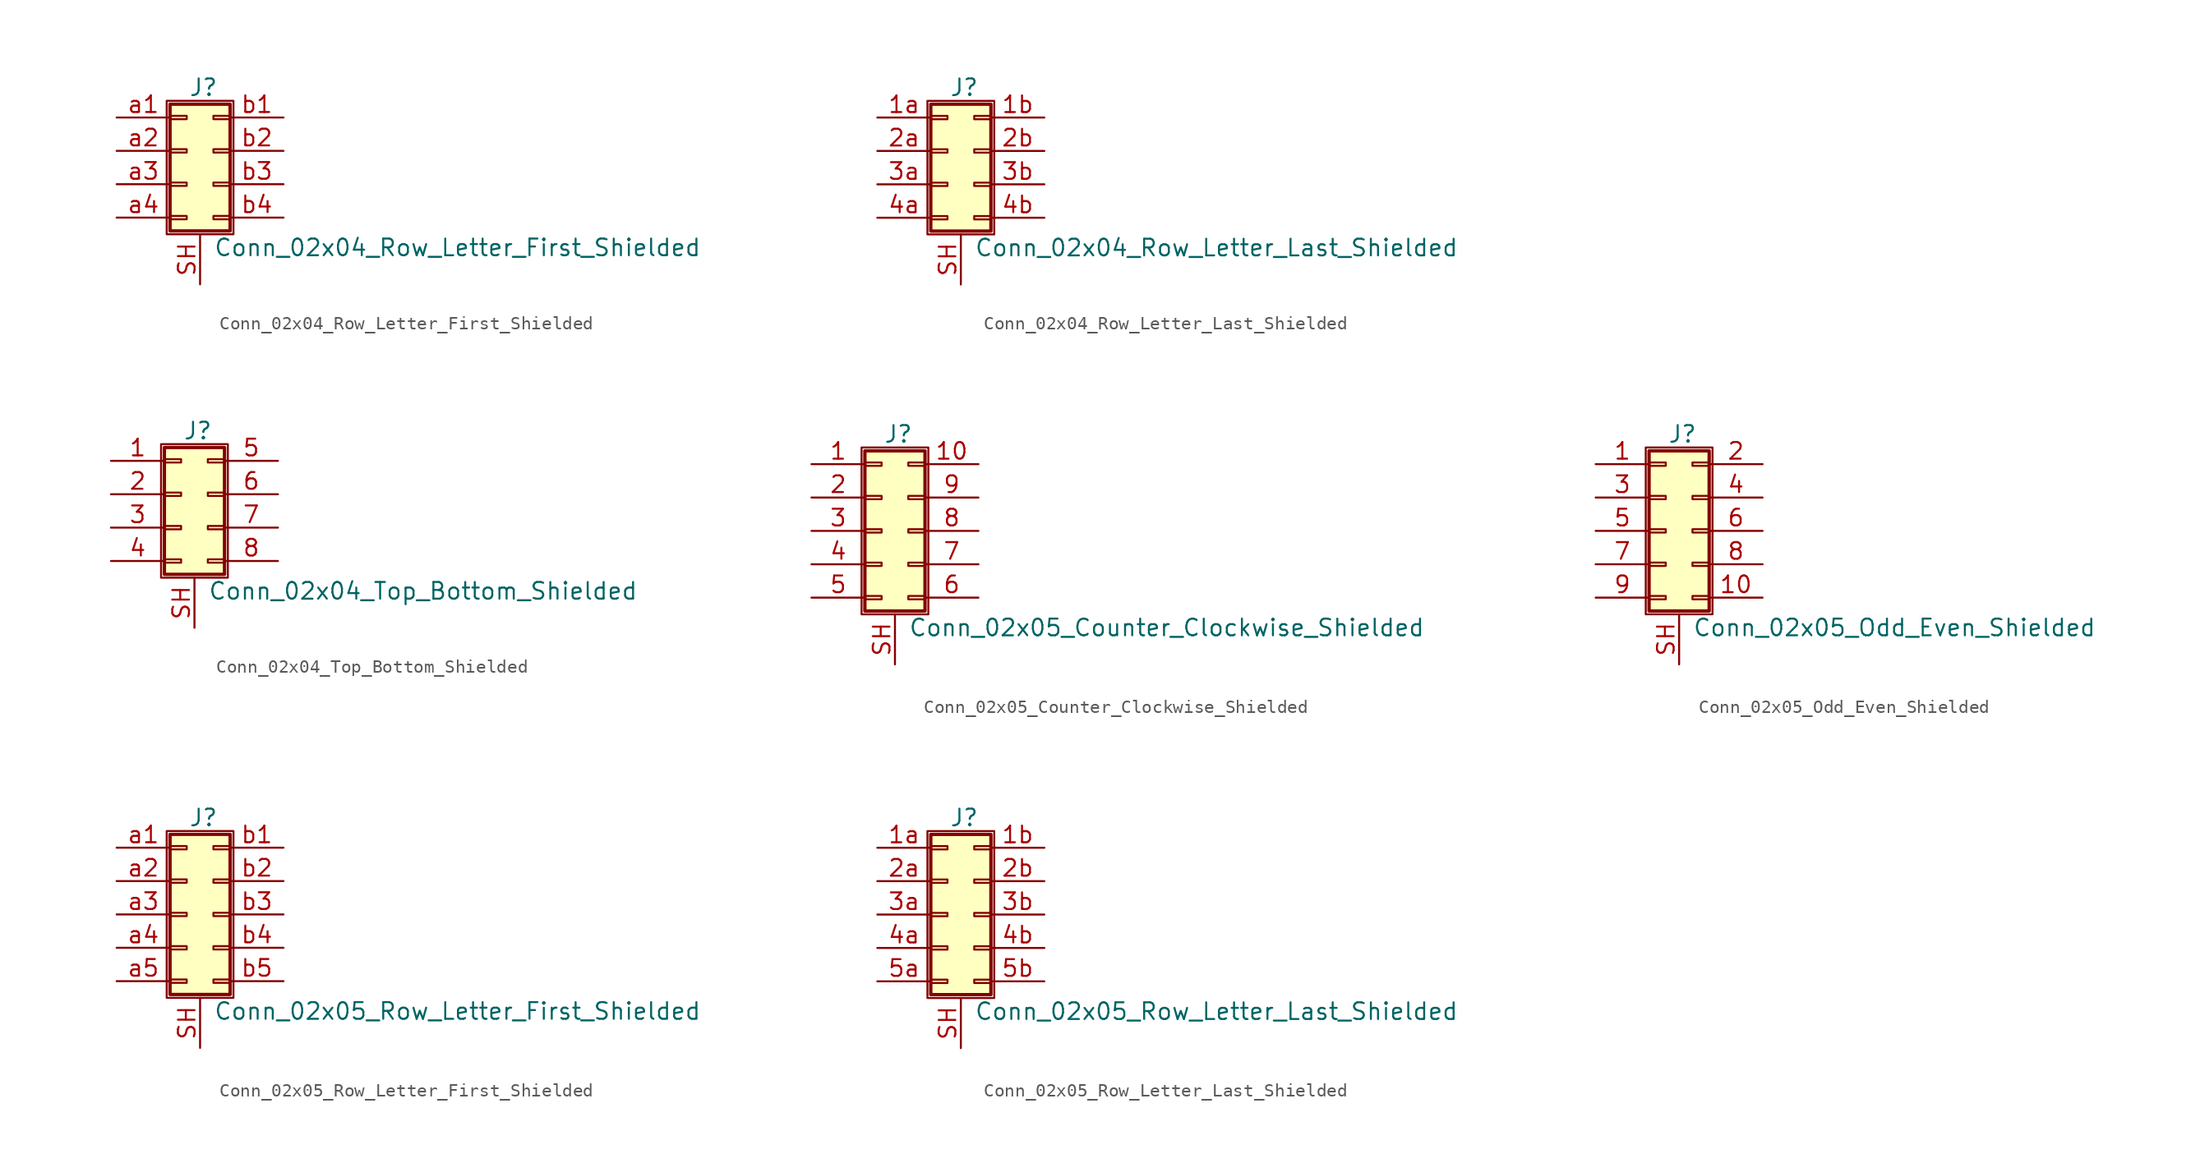
<source format=kicad_sym>
(kicad_symbol_lib
  (version 20201005)
  (generator kicad_symbol_editor)
  (symbol "Connector_Generic_Shielded:Conn_02x04_Row_Letter_First_Shielded"
    (pin_names
      (offset 1.016) hide)
    (property "Reference" "J"
      (at 1.524 4.826 0)
      (effects (font (size 1.27 1.27))))
    (property "Value" "Conn_02x04_Row_Letter_First_Shielded"
      (at 2.286 -7.366 0)
      (effects (font (size 1.27 1.27)) (justify left)))
    (symbol "Conn_02x04_Row_Letter_First_Shielded_1_1"
      (rectangle (start -1.016 -4.953) (end 0.254 -5.207) (stroke (width 0.152)) (fill (type none)))
      (rectangle (start -1.016 -2.413) (end 0.254 -2.667) (stroke (width 0.152)) (fill (type none)))
      (rectangle (start -1.016 2.667) (end 0.254 2.413) (stroke (width 0.152)) (fill (type none)))
      (rectangle (start -1.016 3.556) (end 3.556 -6.096) (stroke (width 0.254)) (fill (type background)))
      (rectangle (start -1.016 0.127) (end 0.254 -0.127) (stroke (width 0.152)) (fill (type none)))
      (rectangle (start -1.27 3.81) (end 3.81 -6.35) (stroke (width 0.152)) (fill (type none)))
      (rectangle (start 3.556 -4.953) (end 2.286 -5.207) (stroke (width 0.152)) (fill (type none)))
      (rectangle (start 3.556 -2.413) (end 2.286 -2.667) (stroke (width 0.152)) (fill (type none)))
      (rectangle (start 3.556 2.667) (end 2.286 2.413) (stroke (width 0.152)) (fill (type none)))
      (rectangle (start 3.556 0.127) (end 2.286 -0.127) (stroke (width 0.152)) (fill (type none)))
      (pin passive line (at -5.08 2.54 0) (length 4.064) (name "Pin_a1" (effects (font (size 1.27 1.27)))) (number "a1" (effects (font (size 1.27 1.27)))))
      (pin passive line (at -5.08 0 0) (length 4.064) (name "Pin_a2" (effects (font (size 1.27 1.27)))) (number "a2" (effects (font (size 1.27 1.27)))))
      (pin passive line (at -5.08 -2.54 0) (length 4.064) (name "Pin_a3" (effects (font (size 1.27 1.27)))) (number "a3" (effects (font (size 1.27 1.27)))))
      (pin passive line (at -5.08 -5.08 0) (length 4.064) (name "Pin_a4" (effects (font (size 1.27 1.27)))) (number "a4" (effects (font (size 1.27 1.27)))))
      (pin passive line (at 7.62 2.54 180) (length 4.064) (name "Pin_b1" (effects (font (size 1.27 1.27)))) (number "b1" (effects (font (size 1.27 1.27)))))
      (pin passive line (at 7.62 0 180) (length 4.064) (name "Pin_b2" (effects (font (size 1.27 1.27)))) (number "b2" (effects (font (size 1.27 1.27)))))
      (pin passive line (at 7.62 -2.54 180) (length 4.064) (name "Pin_b3" (effects (font (size 1.27 1.27)))) (number "b3" (effects (font (size 1.27 1.27)))))
      (pin passive line (at 7.62 -5.08 180) (length 4.064) (name "Pin_b4" (effects (font (size 1.27 1.27)))) (number "b4" (effects (font (size 1.27 1.27)))))
      (pin passive line (at 1.27 -10.16 90) (length 3.81) (name "Shield" (effects (font (size 1.27 1.27)))) (number "SH" (effects (font (size 1.27 1.27)))))))
  (symbol "Connector_Generic_Shielded:Conn_02x04_Row_Letter_Last_Shielded"
    (pin_names
      (offset 1.016) hide)
    (property "Reference" "J"
      (at 1.524 4.826 0)
      (effects (font (size 1.27 1.27))))
    (property "Value" "Conn_02x04_Row_Letter_Last_Shielded"
      (at 2.286 -7.366 0)
      (effects (font (size 1.27 1.27)) (justify left)))
    (symbol "Conn_02x04_Row_Letter_Last_Shielded_1_1"
      (rectangle (start -1.016 -4.953) (end 0.254 -5.207) (stroke (width 0.152)) (fill (type none)))
      (rectangle (start -1.016 -2.413) (end 0.254 -2.667) (stroke (width 0.152)) (fill (type none)))
      (rectangle (start -1.016 2.667) (end 0.254 2.413) (stroke (width 0.152)) (fill (type none)))
      (rectangle (start -1.016 3.556) (end 3.556 -6.096) (stroke (width 0.254)) (fill (type background)))
      (rectangle (start -1.016 0.127) (end 0.254 -0.127) (stroke (width 0.152)) (fill (type none)))
      (rectangle (start -1.27 3.81) (end 3.81 -6.35) (stroke (width 0.152)) (fill (type none)))
      (rectangle (start 3.556 -4.953) (end 2.286 -5.207) (stroke (width 0.152)) (fill (type none)))
      (rectangle (start 3.556 -2.413) (end 2.286 -2.667) (stroke (width 0.152)) (fill (type none)))
      (rectangle (start 3.556 2.667) (end 2.286 2.413) (stroke (width 0.152)) (fill (type none)))
      (rectangle (start 3.556 0.127) (end 2.286 -0.127) (stroke (width 0.152)) (fill (type none)))
      (pin passive line (at -5.08 2.54 0) (length 4.064) (name "Pin_1a" (effects (font (size 1.27 1.27)))) (number "1a" (effects (font (size 1.27 1.27)))))
      (pin passive line (at 7.62 2.54 180) (length 4.064) (name "Pin_1b" (effects (font (size 1.27 1.27)))) (number "1b" (effects (font (size 1.27 1.27)))))
      (pin passive line (at -5.08 0 0) (length 4.064) (name "Pin_2a" (effects (font (size 1.27 1.27)))) (number "2a" (effects (font (size 1.27 1.27)))))
      (pin passive line (at 7.62 0 180) (length 4.064) (name "Pin_2b" (effects (font (size 1.27 1.27)))) (number "2b" (effects (font (size 1.27 1.27)))))
      (pin passive line (at -5.08 -2.54 0) (length 4.064) (name "Pin_3a" (effects (font (size 1.27 1.27)))) (number "3a" (effects (font (size 1.27 1.27)))))
      (pin passive line (at 7.62 -2.54 180) (length 4.064) (name "Pin_3b" (effects (font (size 1.27 1.27)))) (number "3b" (effects (font (size 1.27 1.27)))))
      (pin passive line (at -5.08 -5.08 0) (length 4.064) (name "Pin_4a" (effects (font (size 1.27 1.27)))) (number "4a" (effects (font (size 1.27 1.27)))))
      (pin passive line (at 7.62 -5.08 180) (length 4.064) (name "Pin_4b" (effects (font (size 1.27 1.27)))) (number "4b" (effects (font (size 1.27 1.27)))))
      (pin passive line (at 1.27 -10.16 90) (length 3.81) (name "Shield" (effects (font (size 1.27 1.27)))) (number "SH" (effects (font (size 1.27 1.27)))))))
  (symbol "Connector_Generic_Shielded:Conn_02x04_Top_Bottom_Shielded"
    (pin_names
      (offset 1.016) hide)
    (property "Reference" "J"
      (at 1.524 4.826 0)
      (effects (font (size 1.27 1.27))))
    (property "Value" "Conn_02x04_Top_Bottom_Shielded"
      (at 2.286 -7.366 0)
      (effects (font (size 1.27 1.27)) (justify left)))
    (symbol "Conn_02x04_Top_Bottom_Shielded_1_1"
      (rectangle (start -1.016 -4.953) (end 0.254 -5.207) (stroke (width 0.152)) (fill (type none)))
      (rectangle (start -1.016 -2.413) (end 0.254 -2.667) (stroke (width 0.152)) (fill (type none)))
      (rectangle (start -1.016 2.667) (end 0.254 2.413) (stroke (width 0.152)) (fill (type none)))
      (rectangle (start -1.016 3.556) (end 3.556 -6.096) (stroke (width 0.254)) (fill (type background)))
      (rectangle (start -1.016 0.127) (end 0.254 -0.127) (stroke (width 0.152)) (fill (type none)))
      (rectangle (start -1.27 3.81) (end 3.81 -6.35) (stroke (width 0.152)) (fill (type none)))
      (rectangle (start 3.556 -4.953) (end 2.286 -5.207) (stroke (width 0.152)) (fill (type none)))
      (rectangle (start 3.556 -2.413) (end 2.286 -2.667) (stroke (width 0.152)) (fill (type none)))
      (rectangle (start 3.556 2.667) (end 2.286 2.413) (stroke (width 0.152)) (fill (type none)))
      (rectangle (start 3.556 0.127) (end 2.286 -0.127) (stroke (width 0.152)) (fill (type none)))
      (pin passive line (at -5.08 2.54 0) (length 4.064) (name "Pin_1" (effects (font (size 1.27 1.27)))) (number "1" (effects (font (size 1.27 1.27)))))
      (pin passive line (at -5.08 0 0) (length 4.064) (name "Pin_2" (effects (font (size 1.27 1.27)))) (number "2" (effects (font (size 1.27 1.27)))))
      (pin passive line (at -5.08 -2.54 0) (length 4.064) (name "Pin_3" (effects (font (size 1.27 1.27)))) (number "3" (effects (font (size 1.27 1.27)))))
      (pin passive line (at -5.08 -5.08 0) (length 4.064) (name "Pin_4" (effects (font (size 1.27 1.27)))) (number "4" (effects (font (size 1.27 1.27)))))
      (pin passive line (at 7.62 2.54 180) (length 4.064) (name "Pin_5" (effects (font (size 1.27 1.27)))) (number "5" (effects (font (size 1.27 1.27)))))
      (pin passive line (at 7.62 0 180) (length 4.064) (name "Pin_6" (effects (font (size 1.27 1.27)))) (number "6" (effects (font (size 1.27 1.27)))))
      (pin passive line (at 7.62 -2.54 180) (length 4.064) (name "Pin_7" (effects (font (size 1.27 1.27)))) (number "7" (effects (font (size 1.27 1.27)))))
      (pin passive line (at 7.62 -5.08 180) (length 4.064) (name "Pin_8" (effects (font (size 1.27 1.27)))) (number "8" (effects (font (size 1.27 1.27)))))
      (pin passive line (at 1.27 -10.16 90) (length 3.81) (name "Shield" (effects (font (size 1.27 1.27)))) (number "SH" (effects (font (size 1.27 1.27)))))))
  (symbol "Connector_Generic_Shielded:Conn_02x05_Counter_Clockwise_Shielded"
    (pin_names
      (offset 1.016) hide)
    (property "Reference" "J"
      (at 1.524 7.366 0)
      (effects (font (size 1.27 1.27))))
    (property "Value" "Conn_02x05_Counter_Clockwise_Shielded"
      (at 2.286 -7.366 0)
      (effects (font (size 1.27 1.27)) (justify left)))
    (symbol "Conn_02x05_Counter_Clockwise_Shielded_1_1"
      (rectangle (start -1.016 -4.953) (end 0.254 -5.207) (stroke (width 0.152)) (fill (type none)))
      (rectangle (start -1.016 -2.413) (end 0.254 -2.667) (stroke (width 0.152)) (fill (type none)))
      (rectangle (start -1.016 2.667) (end 0.254 2.413) (stroke (width 0.152)) (fill (type none)))
      (rectangle (start -1.016 5.207) (end 0.254 4.953) (stroke (width 0.152)) (fill (type none)))
      (rectangle (start -1.016 6.096) (end 3.556 -6.096) (stroke (width 0.254)) (fill (type background)))
      (rectangle (start -1.016 0.127) (end 0.254 -0.127) (stroke (width 0.152)) (fill (type none)))
      (rectangle (start -1.27 6.35) (end 3.81 -6.35) (stroke (width 0.152)) (fill (type none)))
      (rectangle (start 3.556 -4.953) (end 2.286 -5.207) (stroke (width 0.152)) (fill (type none)))
      (rectangle (start 3.556 -2.413) (end 2.286 -2.667) (stroke (width 0.152)) (fill (type none)))
      (rectangle (start 3.556 2.667) (end 2.286 2.413) (stroke (width 0.152)) (fill (type none)))
      (rectangle (start 3.556 5.207) (end 2.286 4.953) (stroke (width 0.152)) (fill (type none)))
      (rectangle (start 3.556 0.127) (end 2.286 -0.127) (stroke (width 0.152)) (fill (type none)))
      (pin passive line (at -5.08 5.08 0) (length 4.064) (name "Pin_1" (effects (font (size 1.27 1.27)))) (number "1" (effects (font (size 1.27 1.27)))))
      (pin passive line (at 7.62 5.08 180) (length 4.064) (name "Pin_10" (effects (font (size 1.27 1.27)))) (number "10" (effects (font (size 1.27 1.27)))))
      (pin passive line (at -5.08 2.54 0) (length 4.064) (name "Pin_2" (effects (font (size 1.27 1.27)))) (number "2" (effects (font (size 1.27 1.27)))))
      (pin passive line (at -5.08 0 0) (length 4.064) (name "Pin_3" (effects (font (size 1.27 1.27)))) (number "3" (effects (font (size 1.27 1.27)))))
      (pin passive line (at -5.08 -2.54 0) (length 4.064) (name "Pin_4" (effects (font (size 1.27 1.27)))) (number "4" (effects (font (size 1.27 1.27)))))
      (pin passive line (at -5.08 -5.08 0) (length 4.064) (name "Pin_5" (effects (font (size 1.27 1.27)))) (number "5" (effects (font (size 1.27 1.27)))))
      (pin passive line (at 7.62 -5.08 180) (length 4.064) (name "Pin_6" (effects (font (size 1.27 1.27)))) (number "6" (effects (font (size 1.27 1.27)))))
      (pin passive line (at 7.62 -2.54 180) (length 4.064) (name "Pin_7" (effects (font (size 1.27 1.27)))) (number "7" (effects (font (size 1.27 1.27)))))
      (pin passive line (at 7.62 0 180) (length 4.064) (name "Pin_8" (effects (font (size 1.27 1.27)))) (number "8" (effects (font (size 1.27 1.27)))))
      (pin passive line (at 7.62 2.54 180) (length 4.064) (name "Pin_9" (effects (font (size 1.27 1.27)))) (number "9" (effects (font (size 1.27 1.27)))))
      (pin passive line (at 1.27 -10.16 90) (length 3.81) (name "Shield" (effects (font (size 1.27 1.27)))) (number "SH" (effects (font (size 1.27 1.27)))))))
  (symbol "Connector_Generic_Shielded:Conn_02x05_Odd_Even_Shielded"
    (pin_names
      (offset 1.016) hide)
    (property "Reference" "J"
      (at 1.524 7.366 0)
      (effects (font (size 1.27 1.27))))
    (property "Value" "Conn_02x05_Odd_Even_Shielded"
      (at 2.286 -7.366 0)
      (effects (font (size 1.27 1.27)) (justify left)))
    (symbol "Conn_02x05_Odd_Even_Shielded_1_1"
      (rectangle (start -1.016 -4.953) (end 0.254 -5.207) (stroke (width 0.152)) (fill (type none)))
      (rectangle (start -1.016 -2.413) (end 0.254 -2.667) (stroke (width 0.152)) (fill (type none)))
      (rectangle (start -1.016 2.667) (end 0.254 2.413) (stroke (width 0.152)) (fill (type none)))
      (rectangle (start -1.016 5.207) (end 0.254 4.953) (stroke (width 0.152)) (fill (type none)))
      (rectangle (start -1.016 6.096) (end 3.556 -6.096) (stroke (width 0.254)) (fill (type background)))
      (rectangle (start -1.016 0.127) (end 0.254 -0.127) (stroke (width 0.152)) (fill (type none)))
      (rectangle (start -1.27 6.35) (end 3.81 -6.35) (stroke (width 0.152)) (fill (type none)))
      (rectangle (start 3.556 -4.953) (end 2.286 -5.207) (stroke (width 0.152)) (fill (type none)))
      (rectangle (start 3.556 -2.413) (end 2.286 -2.667) (stroke (width 0.152)) (fill (type none)))
      (rectangle (start 3.556 2.667) (end 2.286 2.413) (stroke (width 0.152)) (fill (type none)))
      (rectangle (start 3.556 5.207) (end 2.286 4.953) (stroke (width 0.152)) (fill (type none)))
      (rectangle (start 3.556 0.127) (end 2.286 -0.127) (stroke (width 0.152)) (fill (type none)))
      (pin passive line (at -5.08 5.08 0) (length 4.064) (name "Pin_1" (effects (font (size 1.27 1.27)))) (number "1" (effects (font (size 1.27 1.27)))))
      (pin passive line (at 7.62 -5.08 180) (length 4.064) (name "Pin_10" (effects (font (size 1.27 1.27)))) (number "10" (effects (font (size 1.27 1.27)))))
      (pin passive line (at 7.62 5.08 180) (length 4.064) (name "Pin_2" (effects (font (size 1.27 1.27)))) (number "2" (effects (font (size 1.27 1.27)))))
      (pin passive line (at -5.08 2.54 0) (length 4.064) (name "Pin_3" (effects (font (size 1.27 1.27)))) (number "3" (effects (font (size 1.27 1.27)))))
      (pin passive line (at 7.62 2.54 180) (length 4.064) (name "Pin_4" (effects (font (size 1.27 1.27)))) (number "4" (effects (font (size 1.27 1.27)))))
      (pin passive line (at -5.08 0 0) (length 4.064) (name "Pin_5" (effects (font (size 1.27 1.27)))) (number "5" (effects (font (size 1.27 1.27)))))
      (pin passive line (at 7.62 0 180) (length 4.064) (name "Pin_6" (effects (font (size 1.27 1.27)))) (number "6" (effects (font (size 1.27 1.27)))))
      (pin passive line (at -5.08 -2.54 0) (length 4.064) (name "Pin_7" (effects (font (size 1.27 1.27)))) (number "7" (effects (font (size 1.27 1.27)))))
      (pin passive line (at 7.62 -2.54 180) (length 4.064) (name "Pin_8" (effects (font (size 1.27 1.27)))) (number "8" (effects (font (size 1.27 1.27)))))
      (pin passive line (at -5.08 -5.08 0) (length 4.064) (name "Pin_9" (effects (font (size 1.27 1.27)))) (number "9" (effects (font (size 1.27 1.27)))))
      (pin passive line (at 1.27 -10.16 90) (length 3.81) (name "Shield" (effects (font (size 1.27 1.27)))) (number "SH" (effects (font (size 1.27 1.27)))))))
  (symbol "Connector_Generic_Shielded:Conn_02x05_Row_Letter_First_Shielded"
    (pin_names
      (offset 1.016) hide)
    (property "Reference" "J"
      (at 1.524 7.366 0)
      (effects (font (size 1.27 1.27))))
    (property "Value" "Conn_02x05_Row_Letter_First_Shielded"
      (at 2.286 -7.366 0)
      (effects (font (size 1.27 1.27)) (justify left)))
    (symbol "Conn_02x05_Row_Letter_First_Shielded_1_1"
      (rectangle (start -1.016 -4.953) (end 0.254 -5.207) (stroke (width 0.152)) (fill (type none)))
      (rectangle (start -1.016 -2.413) (end 0.254 -2.667) (stroke (width 0.152)) (fill (type none)))
      (rectangle (start -1.016 2.667) (end 0.254 2.413) (stroke (width 0.152)) (fill (type none)))
      (rectangle (start -1.016 5.207) (end 0.254 4.953) (stroke (width 0.152)) (fill (type none)))
      (rectangle (start -1.016 6.096) (end 3.556 -6.096) (stroke (width 0.254)) (fill (type background)))
      (rectangle (start -1.016 0.127) (end 0.254 -0.127) (stroke (width 0.152)) (fill (type none)))
      (rectangle (start -1.27 6.35) (end 3.81 -6.35) (stroke (width 0.152)) (fill (type none)))
      (rectangle (start 3.556 -4.953) (end 2.286 -5.207) (stroke (width 0.152)) (fill (type none)))
      (rectangle (start 3.556 -2.413) (end 2.286 -2.667) (stroke (width 0.152)) (fill (type none)))
      (rectangle (start 3.556 2.667) (end 2.286 2.413) (stroke (width 0.152)) (fill (type none)))
      (rectangle (start 3.556 5.207) (end 2.286 4.953) (stroke (width 0.152)) (fill (type none)))
      (rectangle (start 3.556 0.127) (end 2.286 -0.127) (stroke (width 0.152)) (fill (type none)))
      (pin passive line (at -5.08 5.08 0) (length 4.064) (name "Pin_a1" (effects (font (size 1.27 1.27)))) (number "a1" (effects (font (size 1.27 1.27)))))
      (pin passive line (at -5.08 2.54 0) (length 4.064) (name "Pin_a2" (effects (font (size 1.27 1.27)))) (number "a2" (effects (font (size 1.27 1.27)))))
      (pin passive line (at -5.08 0 0) (length 4.064) (name "Pin_a3" (effects (font (size 1.27 1.27)))) (number "a3" (effects (font (size 1.27 1.27)))))
      (pin passive line (at -5.08 -2.54 0) (length 4.064) (name "Pin_a4" (effects (font (size 1.27 1.27)))) (number "a4" (effects (font (size 1.27 1.27)))))
      (pin passive line (at -5.08 -5.08 0) (length 4.064) (name "Pin_a5" (effects (font (size 1.27 1.27)))) (number "a5" (effects (font (size 1.27 1.27)))))
      (pin passive line (at 7.62 5.08 180) (length 4.064) (name "Pin_b1" (effects (font (size 1.27 1.27)))) (number "b1" (effects (font (size 1.27 1.27)))))
      (pin passive line (at 7.62 2.54 180) (length 4.064) (name "Pin_b2" (effects (font (size 1.27 1.27)))) (number "b2" (effects (font (size 1.27 1.27)))))
      (pin passive line (at 7.62 0 180) (length 4.064) (name "Pin_b3" (effects (font (size 1.27 1.27)))) (number "b3" (effects (font (size 1.27 1.27)))))
      (pin passive line (at 7.62 -2.54 180) (length 4.064) (name "Pin_b4" (effects (font (size 1.27 1.27)))) (number "b4" (effects (font (size 1.27 1.27)))))
      (pin passive line (at 7.62 -5.08 180) (length 4.064) (name "Pin_b5" (effects (font (size 1.27 1.27)))) (number "b5" (effects (font (size 1.27 1.27)))))
      (pin passive line (at 1.27 -10.16 90) (length 3.81) (name "Shield" (effects (font (size 1.27 1.27)))) (number "SH" (effects (font (size 1.27 1.27)))))))
  (symbol "Connector_Generic_Shielded:Conn_02x05_Row_Letter_Last_Shielded"
    (pin_names
      (offset 1.016) hide)
    (property "Reference" "J"
      (at 1.524 7.366 0)
      (effects (font (size 1.27 1.27))))
    (property "Value" "Conn_02x05_Row_Letter_Last_Shielded"
      (at 2.286 -7.366 0)
      (effects (font (size 1.27 1.27)) (justify left)))
    (symbol "Conn_02x05_Row_Letter_Last_Shielded_1_1"
      (rectangle (start -1.016 -4.953) (end 0.254 -5.207) (stroke (width 0.152)) (fill (type none)))
      (rectangle (start -1.016 -2.413) (end 0.254 -2.667) (stroke (width 0.152)) (fill (type none)))
      (rectangle (start -1.016 2.667) (end 0.254 2.413) (stroke (width 0.152)) (fill (type none)))
      (rectangle (start -1.016 5.207) (end 0.254 4.953) (stroke (width 0.152)) (fill (type none)))
      (rectangle (start -1.016 6.096) (end 3.556 -6.096) (stroke (width 0.254)) (fill (type background)))
      (rectangle (start -1.016 0.127) (end 0.254 -0.127) (stroke (width 0.152)) (fill (type none)))
      (rectangle (start -1.27 6.35) (end 3.81 -6.35) (stroke (width 0.152)) (fill (type none)))
      (rectangle (start 3.556 -4.953) (end 2.286 -5.207) (stroke (width 0.152)) (fill (type none)))
      (rectangle (start 3.556 -2.413) (end 2.286 -2.667) (stroke (width 0.152)) (fill (type none)))
      (rectangle (start 3.556 2.667) (end 2.286 2.413) (stroke (width 0.152)) (fill (type none)))
      (rectangle (start 3.556 5.207) (end 2.286 4.953) (stroke (width 0.152)) (fill (type none)))
      (rectangle (start 3.556 0.127) (end 2.286 -0.127) (stroke (width 0.152)) (fill (type none)))
      (pin passive line (at -5.08 5.08 0) (length 4.064) (name "Pin_1a" (effects (font (size 1.27 1.27)))) (number "1a" (effects (font (size 1.27 1.27)))))
      (pin passive line (at 7.62 5.08 180) (length 4.064) (name "Pin_1b" (effects (font (size 1.27 1.27)))) (number "1b" (effects (font (size 1.27 1.27)))))
      (pin passive line (at -5.08 2.54 0) (length 4.064) (name "Pin_2a" (effects (font (size 1.27 1.27)))) (number "2a" (effects (font (size 1.27 1.27)))))
      (pin passive line (at 7.62 2.54 180) (length 4.064) (name "Pin_2b" (effects (font (size 1.27 1.27)))) (number "2b" (effects (font (size 1.27 1.27)))))
      (pin passive line (at -5.08 0 0) (length 4.064) (name "Pin_3a" (effects (font (size 1.27 1.27)))) (number "3a" (effects (font (size 1.27 1.27)))))
      (pin passive line (at 7.62 0 180) (length 4.064) (name "Pin_3b" (effects (font (size 1.27 1.27)))) (number "3b" (effects (font (size 1.27 1.27)))))
      (pin passive line (at -5.08 -2.54 0) (length 4.064) (name "Pin_4a" (effects (font (size 1.27 1.27)))) (number "4a" (effects (font (size 1.27 1.27)))))
      (pin passive line (at 7.62 -2.54 180) (length 4.064) (name "Pin_4b" (effects (font (size 1.27 1.27)))) (number "4b" (effects (font (size 1.27 1.27)))))
      (pin passive line (at -5.08 -5.08 0) (length 4.064) (name "Pin_5a" (effects (font (size 1.27 1.27)))) (number "5a" (effects (font (size 1.27 1.27)))))
      (pin passive line (at 7.62 -5.08 180) (length 4.064) (name "Pin_5b" (effects (font (size 1.27 1.27)))) (number "5b" (effects (font (size 1.27 1.27)))))
      (pin passive line (at 1.27 -10.16 90) (length 3.81) (name "Shield" (effects (font (size 1.27 1.27)))) (number "SH" (effects (font (size 1.27 1.27))))))))
</source>
